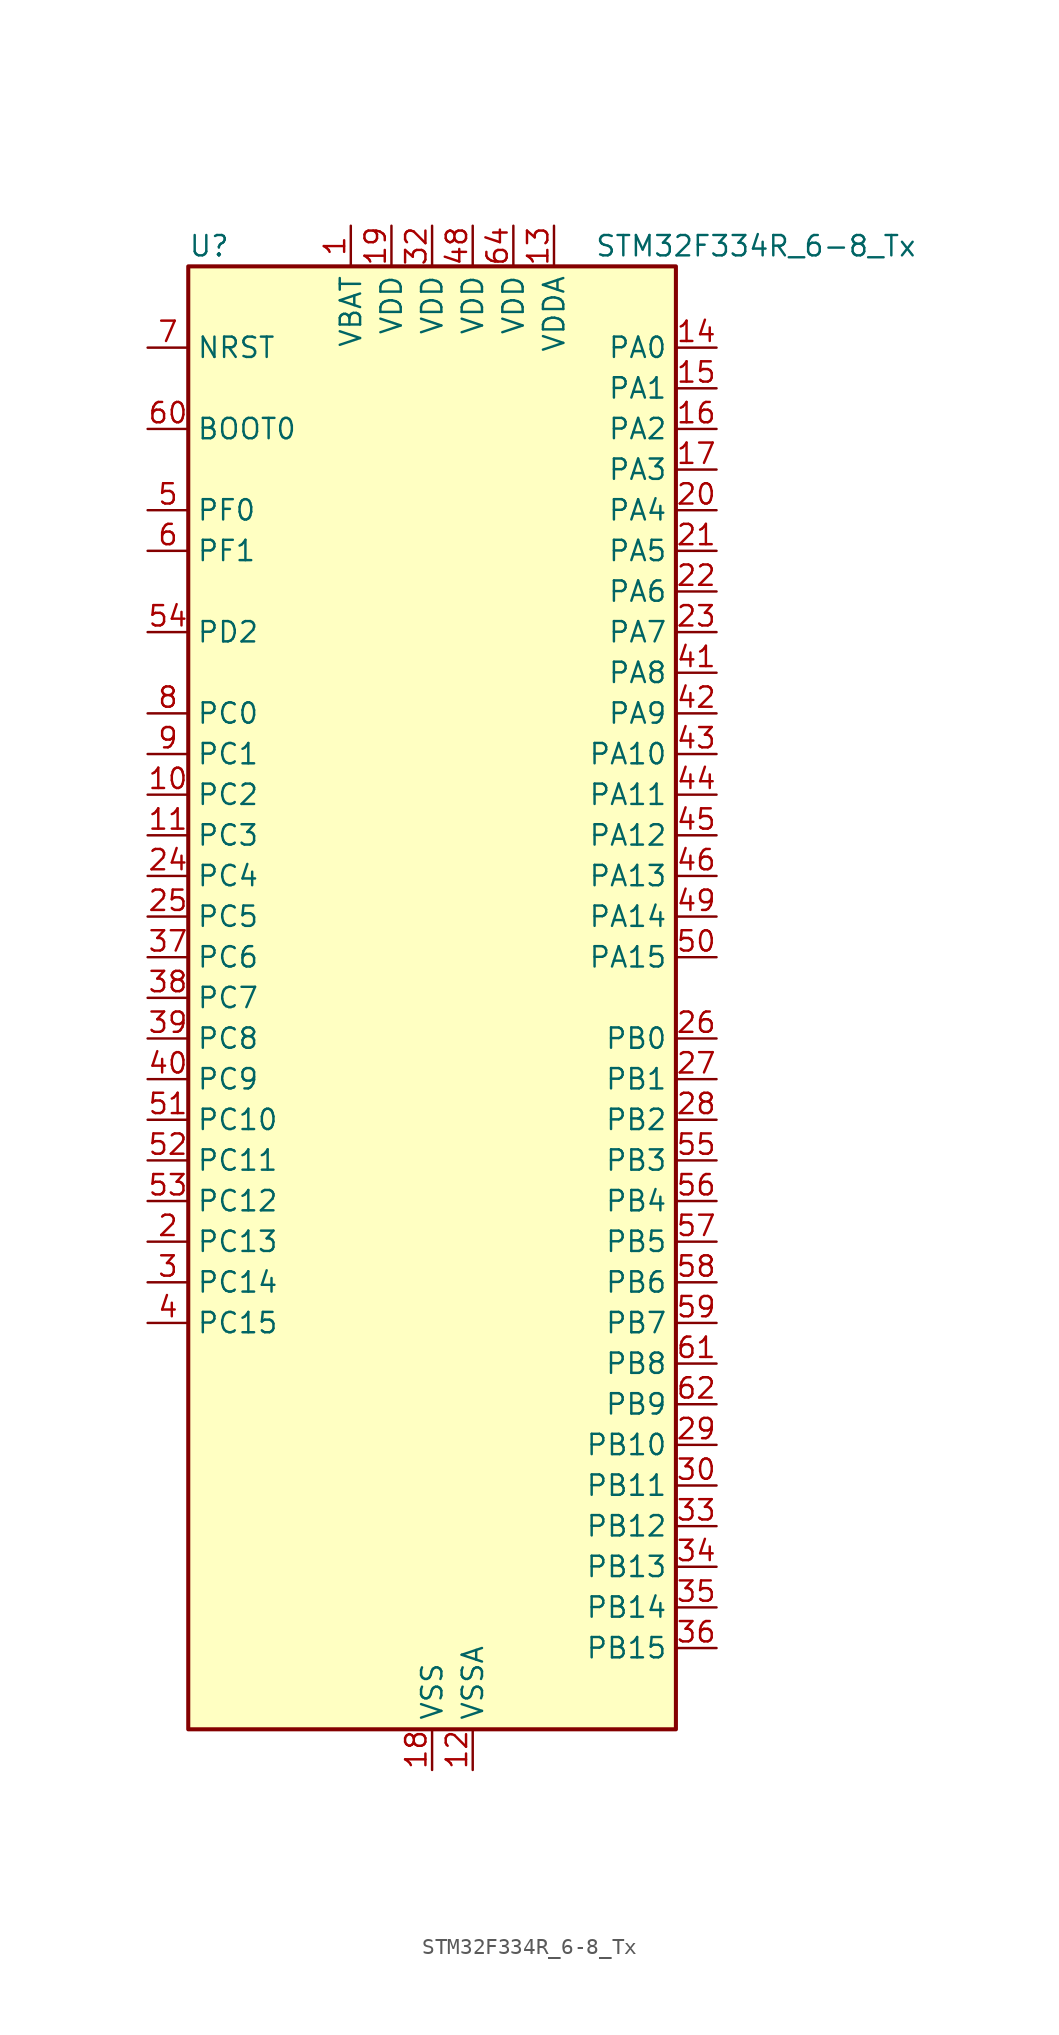
<source format=kicad_sym>
(kicad_symbol_lib
  (version 20241209)
  (generator "kicad_symbol_editor")
  (generator_version "9.0")
  (symbol "STM32F334R_6-8_Tx"
    (property "Reference" "U"
      (at -15.24 46.99 0)
      (effects (font (size 1.27 1.27)) (justify left)))
    (property "Value" "STM32F334R_6-8_Tx"
      (at 10.16 46.99 0)
      (effects (font (size 1.27 1.27)) (justify left)))
    (symbol "STM32F334R_6-8_Tx_0_1"
      (rectangle (start -15.24 -45.72) (end 15.24 45.72) (stroke (width 0.254) (type default)) (fill (type background))))
    (symbol "STM32F334R_6-8_Tx_1_1"
      (pin input line (at -17.78 40.64 0) (length 2.54) (name "NRST" (effects (font (size 1.27 1.27)))) (number "7" (effects (font (size 1.27 1.27)))))
      (pin input line (at -17.78 35.56 0) (length 2.54) (name "BOOT0" (effects (font (size 1.27 1.27)))) (number "60" (effects (font (size 1.27 1.27)))))
      (pin bidirectional line (at -17.78 30.48 0) (length 2.54) (name "PF0" (effects (font (size 1.27 1.27)))) (number "5" (effects (font (size 1.27 1.27)))) (alternate "RCC_OSC_IN" bidirectional line) (alternate "TIM1_CH3N" bidirectional line))
      (pin bidirectional line (at -17.78 27.94 0) (length 2.54) (name "PF1" (effects (font (size 1.27 1.27)))) (number "6" (effects (font (size 1.27 1.27)))) (alternate "RCC_OSC_OUT" bidirectional line))
      (pin bidirectional line (at -17.78 22.86 0) (length 2.54) (name "PD2" (effects (font (size 1.27 1.27)))) (number "54" (effects (font (size 1.27 1.27)))) (alternate "TIM3_ETR" bidirectional line))
      (pin bidirectional line (at -17.78 17.78 0) (length 2.54) (name "PC0" (effects (font (size 1.27 1.27)))) (number "8" (effects (font (size 1.27 1.27)))) (alternate "ADC1_IN6" bidirectional line) (alternate "ADC2_IN6" bidirectional line) (alternate "TIM1_CH1" bidirectional line))
      (pin bidirectional line (at -17.78 15.24 0) (length 2.54) (name "PC1" (effects (font (size 1.27 1.27)))) (number "9" (effects (font (size 1.27 1.27)))) (alternate "ADC1_IN7" bidirectional line) (alternate "ADC2_IN7" bidirectional line) (alternate "TIM1_CH2" bidirectional line))
      (pin bidirectional line (at -17.78 12.7 0) (length 2.54) (name "PC2" (effects (font (size 1.27 1.27)))) (number "10" (effects (font (size 1.27 1.27)))) (alternate "ADC1_IN8" bidirectional line) (alternate "ADC2_IN8" bidirectional line) (alternate "TIM1_CH3" bidirectional line))
      (pin bidirectional line (at -17.78 10.16 0) (length 2.54) (name "PC3" (effects (font (size 1.27 1.27)))) (number "11" (effects (font (size 1.27 1.27)))) (alternate "ADC1_IN9" bidirectional line) (alternate "ADC2_IN9" bidirectional line) (alternate "TIM1_BKIN2" bidirectional line) (alternate "TIM1_CH4" bidirectional line))
      (pin bidirectional line (at -17.78 7.62 0) (length 2.54) (name "PC4" (effects (font (size 1.27 1.27)))) (number "24" (effects (font (size 1.27 1.27)))) (alternate "ADC2_IN5" bidirectional line) (alternate "TIM1_ETR" bidirectional line) (alternate "USART1_TX" bidirectional line))
      (pin bidirectional line (at -17.78 5.08 0) (length 2.54) (name "PC5" (effects (font (size 1.27 1.27)))) (number "25" (effects (font (size 1.27 1.27)))) (alternate "ADC2_IN11" bidirectional line) (alternate "OPAMP2_VINM" bidirectional line) (alternate "OPAMP2_VINM_SEC" bidirectional line) (alternate "TIM15_BKIN" bidirectional line) (alternate "TSC_G3_IO1" bidirectional line) (alternate "USART1_RX" bidirectional line))
      (pin bidirectional line (at -17.78 2.54 0) (length 2.54) (name "PC6" (effects (font (size 1.27 1.27)))) (number "37" (effects (font (size 1.27 1.27)))) (alternate "COMP6_OUT" bidirectional line) (alternate "HRTIM1_EEV10" bidirectional line) (alternate "TIM3_CH1" bidirectional line))
      (pin bidirectional line (at -17.78 0 0) (length 2.54) (name "PC7" (effects (font (size 1.27 1.27)))) (number "38" (effects (font (size 1.27 1.27)))) (alternate "HRTIM1_FLT5" bidirectional line) (alternate "TIM3_CH2" bidirectional line))
      (pin bidirectional line (at -17.78 -2.54 0) (length 2.54) (name "PC8" (effects (font (size 1.27 1.27)))) (number "39" (effects (font (size 1.27 1.27)))) (alternate "HRTIM1_CHE1" bidirectional line) (alternate "TIM3_CH3" bidirectional line))
      (pin bidirectional line (at -17.78 -5.08 0) (length 2.54) (name "PC9" (effects (font (size 1.27 1.27)))) (number "40" (effects (font (size 1.27 1.27)))) (alternate "DAC1_EXTI9" bidirectional line) (alternate "DAC2_EXTI9" bidirectional line) (alternate "HRTIM1_CHE2" bidirectional line) (alternate "TIM3_CH4" bidirectional line))
      (pin bidirectional line (at -17.78 -7.62 0) (length 2.54) (name "PC10" (effects (font (size 1.27 1.27)))) (number "51" (effects (font (size 1.27 1.27)))) (alternate "USART3_TX" bidirectional line))
      (pin bidirectional line (at -17.78 -10.16 0) (length 2.54) (name "PC11" (effects (font (size 1.27 1.27)))) (number "52" (effects (font (size 1.27 1.27)))) (alternate "ADC1_EXTI11" bidirectional line) (alternate "ADC2_EXTI11" bidirectional line) (alternate "HRTIM1_EEV2" bidirectional line) (alternate "USART3_RX" bidirectional line))
      (pin bidirectional line (at -17.78 -12.7 0) (length 2.54) (name "PC12" (effects (font (size 1.27 1.27)))) (number "53" (effects (font (size 1.27 1.27)))) (alternate "HRTIM1_EEV1" bidirectional line) (alternate "USART3_CK" bidirectional line))
      (pin bidirectional line (at -17.78 -15.24 0) (length 2.54) (name "PC13" (effects (font (size 1.27 1.27)))) (number "2" (effects (font (size 1.27 1.27)))) (alternate "RTC_OUT_ALARM" bidirectional line) (alternate "RTC_OUT_CALIB" bidirectional line) (alternate "RTC_TAMP1" bidirectional line) (alternate "RTC_TS" bidirectional line) (alternate "SYS_WKUP2" bidirectional line) (alternate "TIM1_CH1N" bidirectional line))
      (pin bidirectional line (at -17.78 -17.78 0) (length 2.54) (name "PC14" (effects (font (size 1.27 1.27)))) (number "3" (effects (font (size 1.27 1.27)))) (alternate "RCC_OSC32_IN" bidirectional line))
      (pin bidirectional line (at -17.78 -20.32 0) (length 2.54) (name "PC15" (effects (font (size 1.27 1.27)))) (number "4" (effects (font (size 1.27 1.27)))) (alternate "ADC1_EXTI15" bidirectional line) (alternate "ADC2_EXTI15" bidirectional line) (alternate "RCC_OSC32_OUT" bidirectional line))
      (pin power_in line (at -5.08 48.26 270) (length 2.54) (name "VBAT" (effects (font (size 1.27 1.27)))) (number "1" (effects (font (size 1.27 1.27)))))
      (pin power_in line (at -2.54 48.26 270) (length 2.54) (name "VDD" (effects (font (size 1.27 1.27)))) (number "19" (effects (font (size 1.27 1.27)))))
      (pin power_in line (at 0 48.26 270) (length 2.54) (name "VDD" (effects (font (size 1.27 1.27)))) (number "32" (effects (font (size 1.27 1.27)))))
      (pin power_in line (at 0 -48.26 90) (length 2.54) (name "VSS" (effects (font (size 1.27 1.27)))) (number "18" (effects (font (size 1.27 1.27)))))
      (pin passive line (at 0 -48.26 90) (length 2.54) (hide yes) (name "VSS" (effects (font (size 1.27 1.27)))) (number "31" (effects (font (size 1.27 1.27)))))
      (pin passive line (at 0 -48.26 90) (length 2.54) (hide yes) (name "VSS" (effects (font (size 1.27 1.27)))) (number "47" (effects (font (size 1.27 1.27)))))
      (pin passive line (at 0 -48.26 90) (length 2.54) (hide yes) (name "VSS" (effects (font (size 1.27 1.27)))) (number "63" (effects (font (size 1.27 1.27)))))
      (pin power_in line (at 2.54 48.26 270) (length 2.54) (name "VDD" (effects (font (size 1.27 1.27)))) (number "48" (effects (font (size 1.27 1.27)))))
      (pin power_in line (at 2.54 -48.26 90) (length 2.54) (name "VSSA" (effects (font (size 1.27 1.27)))) (number "12" (effects (font (size 1.27 1.27)))))
      (pin power_in line (at 5.08 48.26 270) (length 2.54) (name "VDD" (effects (font (size 1.27 1.27)))) (number "64" (effects (font (size 1.27 1.27)))))
      (pin power_in line (at 7.62 48.26 270) (length 2.54) (name "VDDA" (effects (font (size 1.27 1.27)))) (number "13" (effects (font (size 1.27 1.27)))))
      (pin bidirectional line (at 17.78 40.64 180) (length 2.54) (name "PA0" (effects (font (size 1.27 1.27)))) (number "14" (effects (font (size 1.27 1.27)))) (alternate "ADC1_IN1" bidirectional line) (alternate "RTC_TAMP2" bidirectional line) (alternate "SYS_WKUP1" bidirectional line) (alternate "TIM2_CH1" bidirectional line) (alternate "TIM2_ETR" bidirectional line) (alternate "TSC_G1_IO1" bidirectional line) (alternate "USART2_CTS" bidirectional line))
      (pin bidirectional line (at 17.78 38.1 180) (length 2.54) (name "PA1" (effects (font (size 1.27 1.27)))) (number "15" (effects (font (size 1.27 1.27)))) (alternate "ADC1_IN2" bidirectional line) (alternate "RTC_REFIN" bidirectional line) (alternate "TIM15_CH1N" bidirectional line) (alternate "TIM2_CH2" bidirectional line) (alternate "TSC_G1_IO2" bidirectional line) (alternate "USART2_DE" bidirectional line) (alternate "USART2_RTS" bidirectional line))
      (pin bidirectional line (at 17.78 35.56 180) (length 2.54) (name "PA2" (effects (font (size 1.27 1.27)))) (number "16" (effects (font (size 1.27 1.27)))) (alternate "ADC1_IN3" bidirectional line) (alternate "COMP2_INM" bidirectional line) (alternate "COMP2_OUT" bidirectional line) (alternate "TIM15_CH1" bidirectional line) (alternate "TIM2_CH3" bidirectional line) (alternate "TSC_G1_IO3" bidirectional line) (alternate "USART2_TX" bidirectional line))
      (pin bidirectional line (at 17.78 33.02 180) (length 2.54) (name "PA3" (effects (font (size 1.27 1.27)))) (number "17" (effects (font (size 1.27 1.27)))) (alternate "ADC1_IN4" bidirectional line) (alternate "TIM15_CH2" bidirectional line) (alternate "TIM2_CH4" bidirectional line) (alternate "TSC_G1_IO4" bidirectional line) (alternate "USART2_RX" bidirectional line))
      (pin bidirectional line (at 17.78 30.48 180) (length 2.54) (name "PA4" (effects (font (size 1.27 1.27)))) (number "20" (effects (font (size 1.27 1.27)))) (alternate "ADC2_IN1" bidirectional line) (alternate "COMP2_INM" bidirectional line) (alternate "COMP4_INM" bidirectional line) (alternate "COMP6_INM" bidirectional line) (alternate "DAC1_OUT1" bidirectional line) (alternate "SPI1_NSS" bidirectional line) (alternate "TIM3_CH2" bidirectional line) (alternate "TSC_G2_IO1" bidirectional line) (alternate "USART2_CK" bidirectional line))
      (pin bidirectional line (at 17.78 27.94 180) (length 2.54) (name "PA5" (effects (font (size 1.27 1.27)))) (number "21" (effects (font (size 1.27 1.27)))) (alternate "ADC2_IN2" bidirectional line) (alternate "DAC1_OUT2" bidirectional line) (alternate "OPAMP2_VINM" bidirectional line) (alternate "OPAMP2_VINM_SEC" bidirectional line) (alternate "SPI1_SCK" bidirectional line) (alternate "TIM2_CH1" bidirectional line) (alternate "TIM2_ETR" bidirectional line) (alternate "TSC_G2_IO2" bidirectional line))
      (pin bidirectional line (at 17.78 25.4 180) (length 2.54) (name "PA6" (effects (font (size 1.27 1.27)))) (number "22" (effects (font (size 1.27 1.27)))) (alternate "ADC2_IN3" bidirectional line) (alternate "DAC2_OUT1" bidirectional line) (alternate "OPAMP2_DIG" bidirectional line) (alternate "OPAMP2_VOUT" bidirectional line) (alternate "SPI1_MISO" bidirectional line) (alternate "TIM16_CH1" bidirectional line) (alternate "TIM1_BKIN" bidirectional line) (alternate "TIM3_CH1" bidirectional line) (alternate "TSC_G2_IO3" bidirectional line))
      (pin bidirectional line (at 17.78 22.86 180) (length 2.54) (name "PA7" (effects (font (size 1.27 1.27)))) (number "23" (effects (font (size 1.27 1.27)))) (alternate "ADC2_IN4" bidirectional line) (alternate "COMP2_INP" bidirectional line) (alternate "OPAMP2_VINP" bidirectional line) (alternate "OPAMP2_VINP_SEC" bidirectional line) (alternate "SPI1_MOSI" bidirectional line) (alternate "TIM17_CH1" bidirectional line) (alternate "TIM1_CH1N" bidirectional line) (alternate "TIM3_CH2" bidirectional line) (alternate "TSC_G2_IO4" bidirectional line))
      (pin bidirectional line (at 17.78 20.32 180) (length 2.54) (name "PA8" (effects (font (size 1.27 1.27)))) (number "41" (effects (font (size 1.27 1.27)))) (alternate "HRTIM1_CHA1" bidirectional line) (alternate "RCC_MCO" bidirectional line) (alternate "TIM1_CH1" bidirectional line) (alternate "USART1_CK" bidirectional line))
      (pin bidirectional line (at 17.78 17.78 180) (length 2.54) (name "PA9" (effects (font (size 1.27 1.27)))) (number "42" (effects (font (size 1.27 1.27)))) (alternate "DAC1_EXTI9" bidirectional line) (alternate "DAC2_EXTI9" bidirectional line) (alternate "HRTIM1_CHA2" bidirectional line) (alternate "TIM15_BKIN" bidirectional line) (alternate "TIM1_CH2" bidirectional line) (alternate "TIM2_CH3" bidirectional line) (alternate "TSC_G4_IO1" bidirectional line) (alternate "USART1_TX" bidirectional line))
      (pin bidirectional line (at 17.78 15.24 180) (length 2.54) (name "PA10" (effects (font (size 1.27 1.27)))) (number "43" (effects (font (size 1.27 1.27)))) (alternate "COMP6_OUT" bidirectional line) (alternate "HRTIM1_CHB1" bidirectional line) (alternate "TIM17_BKIN" bidirectional line) (alternate "TIM1_CH3" bidirectional line) (alternate "TIM2_CH4" bidirectional line) (alternate "TSC_G4_IO2" bidirectional line) (alternate "USART1_RX" bidirectional line))
      (pin bidirectional line (at 17.78 12.7 180) (length 2.54) (name "PA11" (effects (font (size 1.27 1.27)))) (number "44" (effects (font (size 1.27 1.27)))) (alternate "ADC1_EXTI11" bidirectional line) (alternate "ADC2_EXTI11" bidirectional line) (alternate "CAN_RX" bidirectional line) (alternate "HRTIM1_CHB2" bidirectional line) (alternate "TIM1_BKIN2" bidirectional line) (alternate "TIM1_CH1N" bidirectional line) (alternate "TIM1_CH4" bidirectional line) (alternate "USART1_CTS" bidirectional line))
      (pin bidirectional line (at 17.78 10.16 180) (length 2.54) (name "PA12" (effects (font (size 1.27 1.27)))) (number "45" (effects (font (size 1.27 1.27)))) (alternate "CAN_TX" bidirectional line) (alternate "COMP2_OUT" bidirectional line) (alternate "HRTIM1_FLT1" bidirectional line) (alternate "TIM16_CH1" bidirectional line) (alternate "TIM1_CH2N" bidirectional line) (alternate "TIM1_ETR" bidirectional line) (alternate "USART1_DE" bidirectional line) (alternate "USART1_RTS" bidirectional line))
      (pin bidirectional line (at 17.78 7.62 180) (length 2.54) (name "PA13" (effects (font (size 1.27 1.27)))) (number "46" (effects (font (size 1.27 1.27)))) (alternate "IR_OUT" bidirectional line) (alternate "SYS_JTMS-SWDIO" bidirectional line) (alternate "TIM16_CH1N" bidirectional line) (alternate "TSC_G4_IO3" bidirectional line) (alternate "USART3_CTS" bidirectional line))
      (pin bidirectional line (at 17.78 5.08 180) (length 2.54) (name "PA14" (effects (font (size 1.27 1.27)))) (number "49" (effects (font (size 1.27 1.27)))) (alternate "I2C1_SDA" bidirectional line) (alternate "SYS_JTCK-SWCLK" bidirectional line) (alternate "TIM1_BKIN" bidirectional line) (alternate "TSC_G4_IO4" bidirectional line) (alternate "USART2_TX" bidirectional line))
      (pin bidirectional line (at 17.78 2.54 180) (length 2.54) (name "PA15" (effects (font (size 1.27 1.27)))) (number "50" (effects (font (size 1.27 1.27)))) (alternate "ADC1_EXTI15" bidirectional line) (alternate "ADC2_EXTI15" bidirectional line) (alternate "HRTIM1_FLT2" bidirectional line) (alternate "I2C1_SCL" bidirectional line) (alternate "SPI1_NSS" bidirectional line) (alternate "SYS_JTDI" bidirectional line) (alternate "TIM1_BKIN" bidirectional line) (alternate "TIM2_CH1" bidirectional line) (alternate "TIM2_ETR" bidirectional line) (alternate "TSC_SYNC" bidirectional line) (alternate "USART2_RX" bidirectional line))
      (pin bidirectional line (at 17.78 -2.54 180) (length 2.54) (name "PB0" (effects (font (size 1.27 1.27)))) (number "26" (effects (font (size 1.27 1.27)))) (alternate "ADC1_IN11" bidirectional line) (alternate "COMP4_INP" bidirectional line) (alternate "OPAMP2_VINP" bidirectional line) (alternate "OPAMP2_VINP_SEC" bidirectional line) (alternate "TIM1_CH2N" bidirectional line) (alternate "TIM3_CH3" bidirectional line) (alternate "TSC_G3_IO2" bidirectional line))
      (pin bidirectional line (at 17.78 -5.08 180) (length 2.54) (name "PB1" (effects (font (size 1.27 1.27)))) (number "27" (effects (font (size 1.27 1.27)))) (alternate "ADC1_IN12" bidirectional line) (alternate "COMP4_OUT" bidirectional line) (alternate "HRTIM1_SCOUT" bidirectional line) (alternate "TIM1_CH3N" bidirectional line) (alternate "TIM3_CH4" bidirectional line) (alternate "TSC_G3_IO3" bidirectional line))
      (pin bidirectional line (at 17.78 -7.62 180) (length 2.54) (name "PB2" (effects (font (size 1.27 1.27)))) (number "28" (effects (font (size 1.27 1.27)))) (alternate "ADC2_IN12" bidirectional line) (alternate "COMP4_INM" bidirectional line) (alternate "HRTIM1_SCIN" bidirectional line) (alternate "TSC_G3_IO4" bidirectional line))
      (pin bidirectional line (at 17.78 -10.16 180) (length 2.54) (name "PB3" (effects (font (size 1.27 1.27)))) (number "55" (effects (font (size 1.27 1.27)))) (alternate "HRTIM1_EEV9" bidirectional line) (alternate "HRTIM1_SCOUT" bidirectional line) (alternate "SPI1_SCK" bidirectional line) (alternate "SYS_JTDO-TRACESWO" bidirectional line) (alternate "TIM2_CH2" bidirectional line) (alternate "TIM3_ETR" bidirectional line) (alternate "TSC_G5_IO1" bidirectional line) (alternate "USART2_TX" bidirectional line))
      (pin bidirectional line (at 17.78 -12.7 180) (length 2.54) (name "PB4" (effects (font (size 1.27 1.27)))) (number "56" (effects (font (size 1.27 1.27)))) (alternate "HRTIM1_EEV7" bidirectional line) (alternate "SPI1_MISO" bidirectional line) (alternate "SYS_NJTRST" bidirectional line) (alternate "TIM16_CH1" bidirectional line) (alternate "TIM17_BKIN" bidirectional line) (alternate "TIM3_CH1" bidirectional line) (alternate "TSC_G5_IO2" bidirectional line) (alternate "USART2_RX" bidirectional line))
      (pin bidirectional line (at 17.78 -15.24 180) (length 2.54) (name "PB5" (effects (font (size 1.27 1.27)))) (number "57" (effects (font (size 1.27 1.27)))) (alternate "HRTIM1_EEV6" bidirectional line) (alternate "I2C1_SMBA" bidirectional line) (alternate "SPI1_MOSI" bidirectional line) (alternate "TIM16_BKIN" bidirectional line) (alternate "TIM17_CH1" bidirectional line) (alternate "TIM3_CH2" bidirectional line) (alternate "USART2_CK" bidirectional line))
      (pin bidirectional line (at 17.78 -17.78 180) (length 2.54) (name "PB6" (effects (font (size 1.27 1.27)))) (number "58" (effects (font (size 1.27 1.27)))) (alternate "HRTIM1_EEV4" bidirectional line) (alternate "HRTIM1_SCIN" bidirectional line) (alternate "I2C1_SCL" bidirectional line) (alternate "TIM16_CH1N" bidirectional line) (alternate "TSC_G5_IO3" bidirectional line) (alternate "USART1_TX" bidirectional line))
      (pin bidirectional line (at 17.78 -20.32 180) (length 2.54) (name "PB7" (effects (font (size 1.27 1.27)))) (number "59" (effects (font (size 1.27 1.27)))) (alternate "HRTIM1_EEV3" bidirectional line) (alternate "I2C1_SDA" bidirectional line) (alternate "TIM17_CH1N" bidirectional line) (alternate "TIM3_CH4" bidirectional line) (alternate "TSC_G5_IO4" bidirectional line) (alternate "USART1_RX" bidirectional line))
      (pin bidirectional line (at 17.78 -22.86 180) (length 2.54) (name "PB8" (effects (font (size 1.27 1.27)))) (number "61" (effects (font (size 1.27 1.27)))) (alternate "CAN_RX" bidirectional line) (alternate "HRTIM1_EEV8" bidirectional line) (alternate "I2C1_SCL" bidirectional line) (alternate "TIM16_CH1" bidirectional line) (alternate "TIM1_BKIN" bidirectional line) (alternate "TSC_SYNC" bidirectional line) (alternate "USART3_RX" bidirectional line))
      (pin bidirectional line (at 17.78 -25.4 180) (length 2.54) (name "PB9" (effects (font (size 1.27 1.27)))) (number "62" (effects (font (size 1.27 1.27)))) (alternate "CAN_TX" bidirectional line) (alternate "COMP2_OUT" bidirectional line) (alternate "DAC1_EXTI9" bidirectional line) (alternate "DAC2_EXTI9" bidirectional line) (alternate "HRTIM1_EEV5" bidirectional line) (alternate "I2C1_SDA" bidirectional line) (alternate "IR_OUT" bidirectional line) (alternate "TIM17_CH1" bidirectional line) (alternate "USART3_TX" bidirectional line))
      (pin bidirectional line (at 17.78 -27.94 180) (length 2.54) (name "PB10" (effects (font (size 1.27 1.27)))) (number "29" (effects (font (size 1.27 1.27)))) (alternate "HRTIM1_FLT3" bidirectional line) (alternate "TIM2_CH3" bidirectional line) (alternate "TSC_SYNC" bidirectional line) (alternate "USART3_TX" bidirectional line))
      (pin bidirectional line (at 17.78 -30.48 180) (length 2.54) (name "PB11" (effects (font (size 1.27 1.27)))) (number "30" (effects (font (size 1.27 1.27)))) (alternate "ADC1_EXTI11" bidirectional line) (alternate "ADC2_EXTI11" bidirectional line) (alternate "COMP6_INP" bidirectional line) (alternate "HRTIM1_FLT4" bidirectional line) (alternate "TIM2_CH4" bidirectional line) (alternate "TSC_G6_IO1" bidirectional line) (alternate "USART3_RX" bidirectional line))
      (pin bidirectional line (at 17.78 -33.02 180) (length 2.54) (name "PB12" (effects (font (size 1.27 1.27)))) (number "33" (effects (font (size 1.27 1.27)))) (alternate "ADC2_IN13" bidirectional line) (alternate "HRTIM1_CHC1" bidirectional line) (alternate "TIM1_BKIN" bidirectional line) (alternate "TSC_G6_IO2" bidirectional line) (alternate "USART3_CK" bidirectional line))
      (pin bidirectional line (at 17.78 -35.56 180) (length 2.54) (name "PB13" (effects (font (size 1.27 1.27)))) (number "34" (effects (font (size 1.27 1.27)))) (alternate "ADC1_IN13" bidirectional line) (alternate "HRTIM1_CHC2" bidirectional line) (alternate "TIM1_CH1N" bidirectional line) (alternate "TSC_G6_IO3" bidirectional line) (alternate "USART3_CTS" bidirectional line))
      (pin bidirectional line (at 17.78 -38.1 180) (length 2.54) (name "PB14" (effects (font (size 1.27 1.27)))) (number "35" (effects (font (size 1.27 1.27)))) (alternate "ADC2_IN14" bidirectional line) (alternate "HRTIM1_CHD1" bidirectional line) (alternate "OPAMP2_VINP" bidirectional line) (alternate "OPAMP2_VINP_SEC" bidirectional line) (alternate "TIM15_CH1" bidirectional line) (alternate "TIM1_CH2N" bidirectional line) (alternate "TSC_G6_IO4" bidirectional line) (alternate "USART3_DE" bidirectional line) (alternate "USART3_RTS" bidirectional line))
      (pin bidirectional line (at 17.78 -40.64 180) (length 2.54) (name "PB15" (effects (font (size 1.27 1.27)))) (number "36" (effects (font (size 1.27 1.27)))) (alternate "ADC1_EXTI15" bidirectional line) (alternate "ADC2_EXTI15" bidirectional line) (alternate "ADC2_IN15" bidirectional line) (alternate "COMP6_INM" bidirectional line) (alternate "HRTIM1_CHD2" bidirectional line) (alternate "RTC_REFIN" bidirectional line) (alternate "TIM15_CH1N" bidirectional line) (alternate "TIM15_CH2" bidirectional line) (alternate "TIM1_CH3N" bidirectional line)))))
</source>
